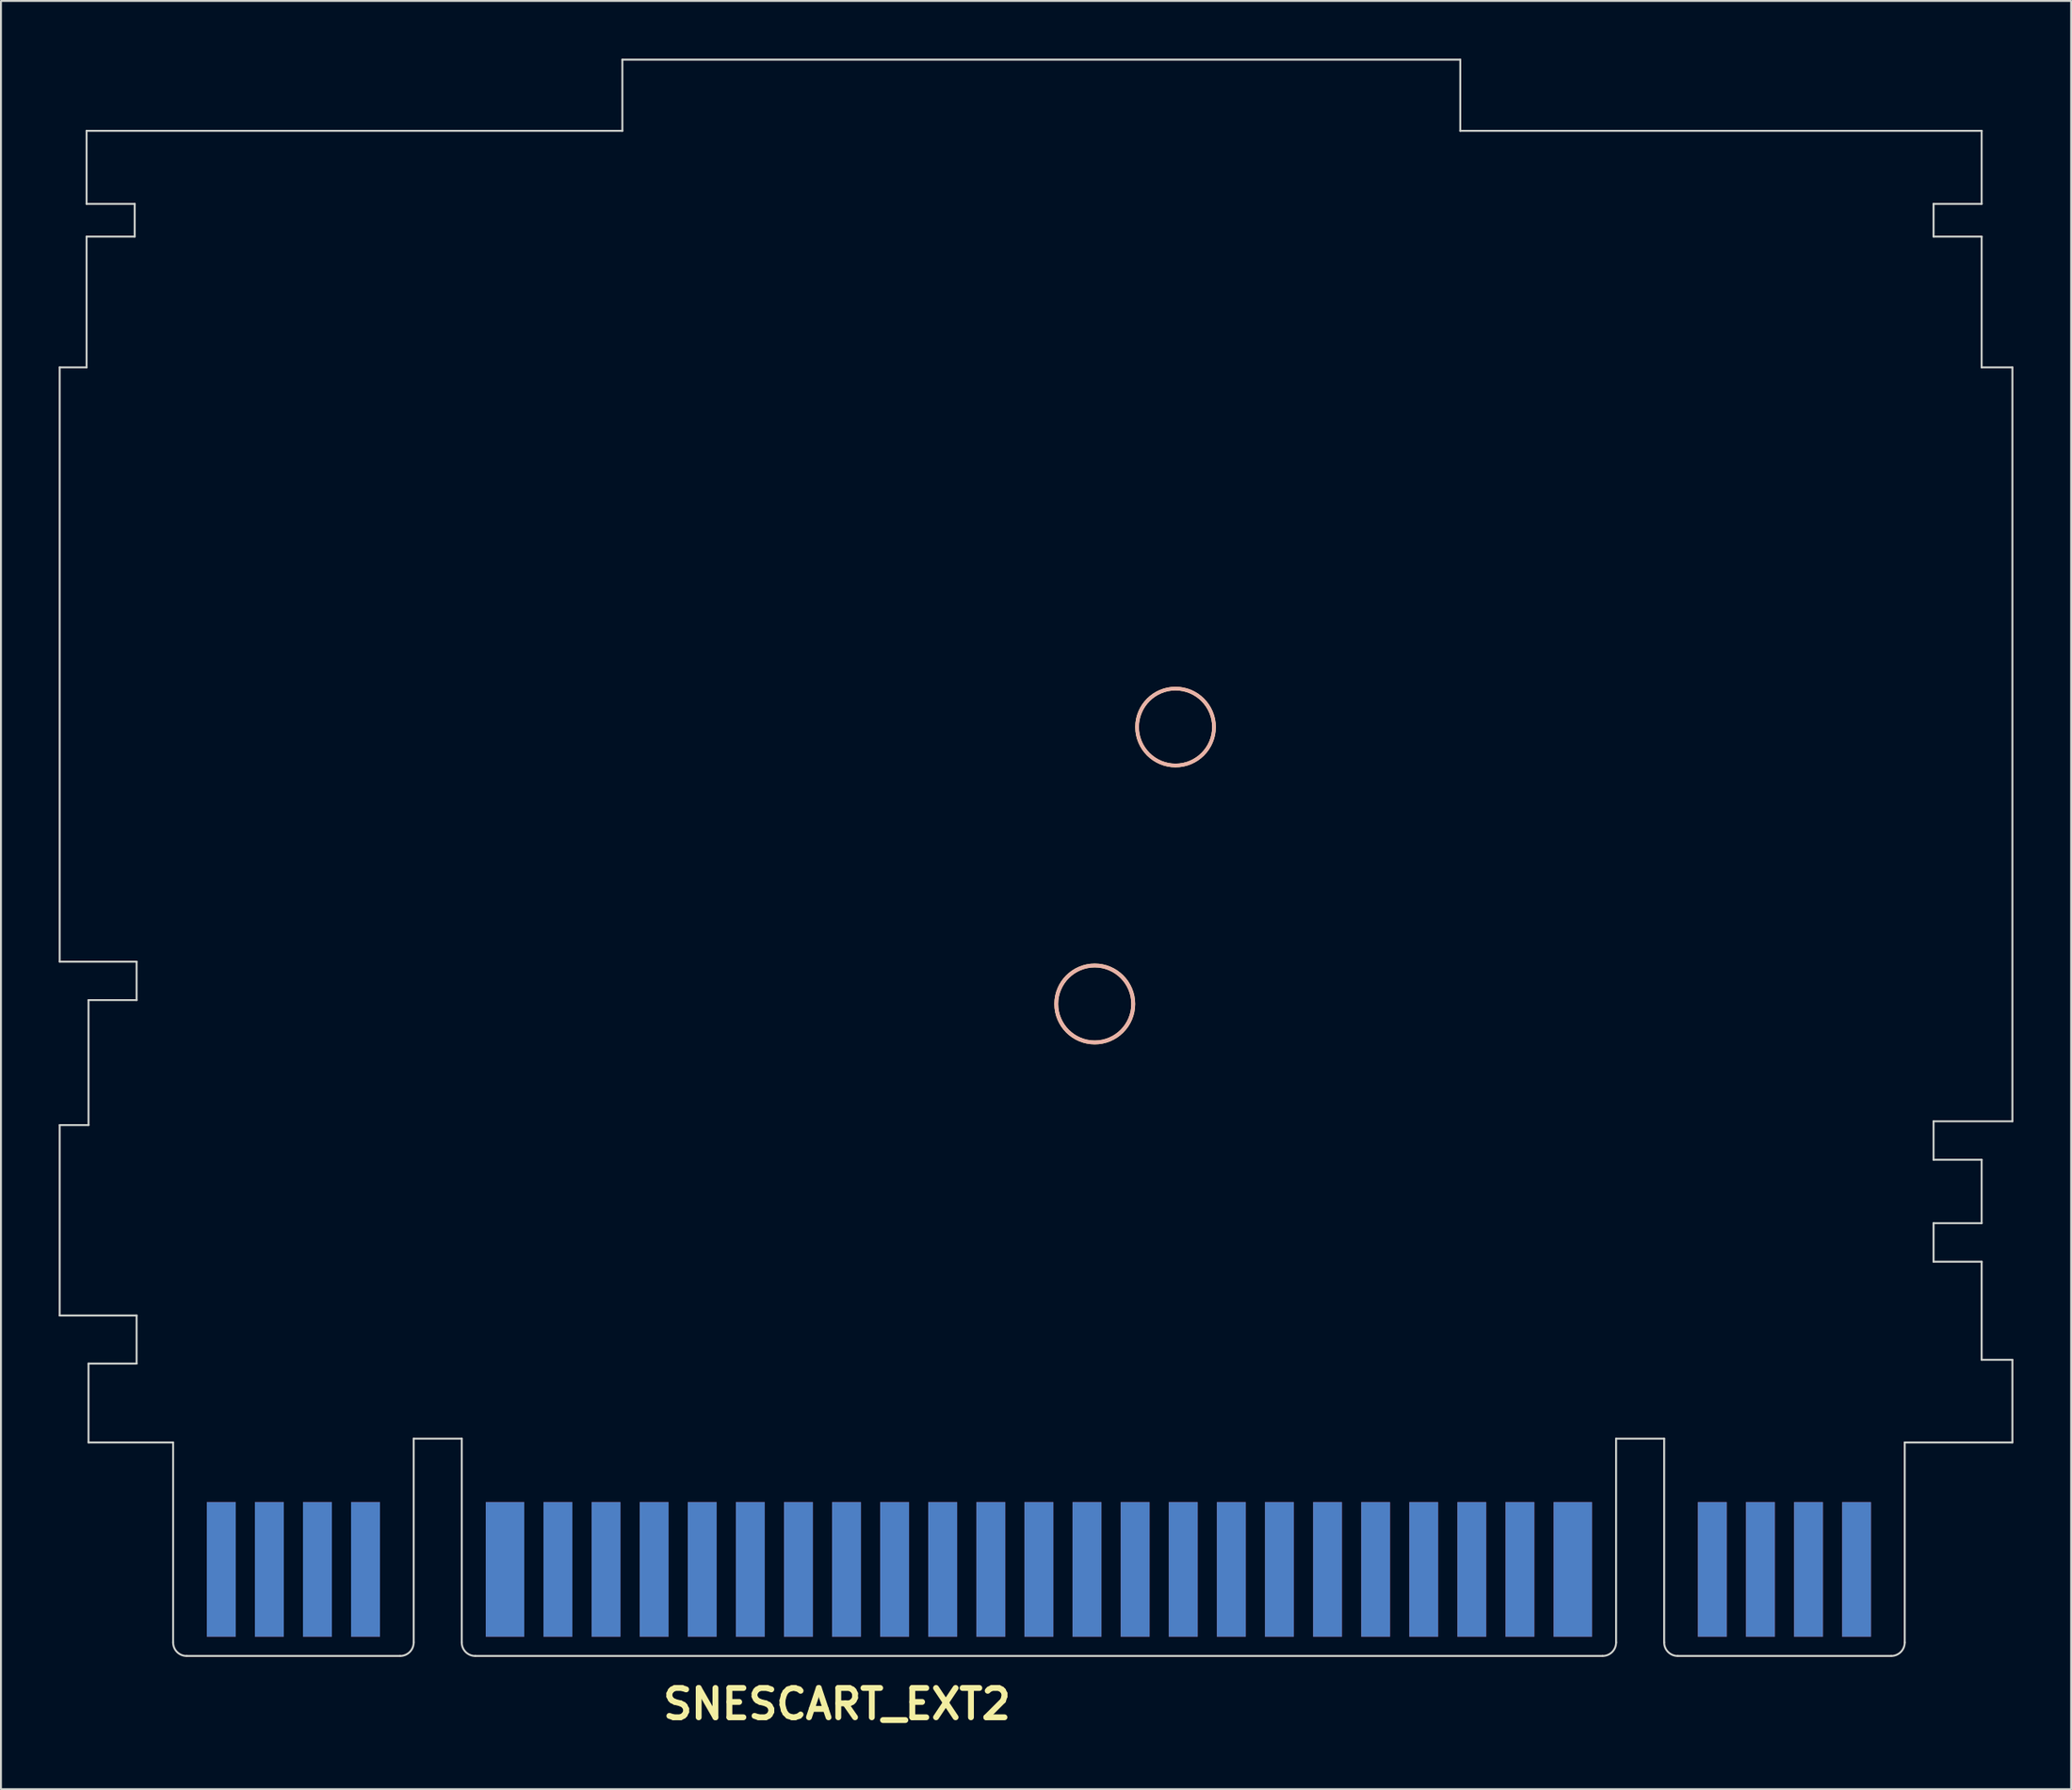
<source format=kicad_pcb>
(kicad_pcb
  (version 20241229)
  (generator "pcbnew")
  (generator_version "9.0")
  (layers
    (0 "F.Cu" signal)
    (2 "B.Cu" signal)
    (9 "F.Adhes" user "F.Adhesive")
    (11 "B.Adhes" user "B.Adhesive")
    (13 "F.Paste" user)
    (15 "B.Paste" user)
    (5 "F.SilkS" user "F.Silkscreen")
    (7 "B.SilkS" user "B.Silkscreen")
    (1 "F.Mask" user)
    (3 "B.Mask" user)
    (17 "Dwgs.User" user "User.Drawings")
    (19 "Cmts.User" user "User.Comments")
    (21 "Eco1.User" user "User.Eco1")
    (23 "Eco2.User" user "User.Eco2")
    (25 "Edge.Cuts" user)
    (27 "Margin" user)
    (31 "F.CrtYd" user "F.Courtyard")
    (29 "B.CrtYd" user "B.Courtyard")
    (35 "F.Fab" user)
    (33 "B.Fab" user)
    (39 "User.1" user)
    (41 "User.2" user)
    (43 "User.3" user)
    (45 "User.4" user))
  (footprint "SNESCART_EXT2"
    (layer "F.Cu")
    (at 50.95 78.052)
    (property "Reference" "SNESCART_EXT2" (at -10.5 7.501 0) (layer "F.SilkS") (effects (font (size 1.524 1.524) (thickness 0.305))))
    (attr through_hole)
    (fp_circle (center 2.901 -28.9) (end 4.9 -28.801) (stroke (width 0.201) (type solid)) (fill no) (layer "F.SilkS"))
    (fp_circle (center 7.099 -43.299) (end 9.098 -43.299) (stroke (width 0.191) (type solid)) (fill no) (layer "F.SilkS"))
    (fp_circle (center 2.901 -28.9) (end 4.9 -28.9) (stroke (width 0.201) (type solid)) (fill no) (layer "B.SilkS"))
    (fp_circle (center 7.102 -43.299) (end 9.101 -43.299) (stroke (width 0.191) (type solid)) (fill no) (layer "B.SilkS"))
    (fp_line (start -50.899 -61.999) (end -50.899 -31.1) (stroke (width 0.099) (type solid)) (layer "Edge.Cuts"))
    (fp_line (start -50.899 -22.601) (end -49.4 -22.601) (stroke (width 0.099) (type solid)) (layer "Edge.Cuts"))
    (fp_line (start -50.899 -12.7) (end -50.899 -22.601) (stroke (width 0.099) (type solid)) (layer "Edge.Cuts"))
    (fp_line (start -50.899 -12.7) (end -46.901 -12.7) (stroke (width 0.102) (type solid)) (layer "Edge.Cuts"))
    (fp_line (start -49.5 -74.3) (end -49.5 -70.5) (stroke (width 0.099) (type solid)) (layer "Edge.Cuts"))
    (fp_line (start -49.5 -74.3) (end -21.651 -74.3) (stroke (width 0.102) (type solid)) (layer "Edge.Cuts"))
    (fp_line (start -49.5 -70.5) (end -47 -70.5) (stroke (width 0.102) (type solid)) (layer "Edge.Cuts"))
    (fp_line (start -49.5 -68.801) (end -49.5 -61.999) (stroke (width 0.099) (type solid)) (layer "Edge.Cuts"))
    (fp_line (start -49.5 -61.999) (end -50.899 -61.999) (stroke (width 0.102) (type solid)) (layer "Edge.Cuts"))
    (fp_line (start -49.4 -29.101) (end -46.901 -29.101) (stroke (width 0.099) (type solid)) (layer "Edge.Cuts"))
    (fp_line (start -49.4 -22.601) (end -49.4 -29.101) (stroke (width 0.099) (type solid)) (layer "Edge.Cuts"))
    (fp_line (start -49.4 -6.101) (end -49.4 -10.201) (stroke (width 0.099) (type solid)) (layer "Edge.Cuts"))
    (fp_line (start -49.4 -6.101) (end -45.001 -6.101) (stroke (width 0.102) (type solid)) (layer "Edge.Cuts"))
    (fp_line (start -47 -70.5) (end -47 -68.801) (stroke (width 0.102) (type solid)) (layer "Edge.Cuts"))
    (fp_line (start -47 -68.801) (end -49.5 -68.801) (stroke (width 0.102) (type solid)) (layer "Edge.Cuts"))
    (fp_line (start -46.901 -31.1) (end -50.899 -31.1) (stroke (width 0.099) (type solid)) (layer "Edge.Cuts"))
    (fp_line (start -46.901 -29.101) (end -46.901 -31.1) (stroke (width 0.099) (type solid)) (layer "Edge.Cuts"))
    (fp_line (start -46.901 -10.201) (end -49.4 -10.201) (stroke (width 0.102) (type solid)) (layer "Edge.Cuts"))
    (fp_line (start -46.901 -10.201) (end -46.901 -12.7) (stroke (width 0.099) (type solid)) (layer "Edge.Cuts"))
    (fp_line (start -45.001 -6.101) (end -45.001 4.3) (stroke (width 0.099) (type solid)) (layer "Edge.Cuts"))
    (fp_line (start -33.2 5.001) (end -44.3 5.001) (stroke (width 0.102) (type solid)) (layer "Edge.Cuts"))
    (fp_line (start -32.499 -6.299) (end -32.499 4.3) (stroke (width 0.102) (type solid)) (layer "Edge.Cuts"))
    (fp_line (start -30 -6.299) (end -32.499 -6.299) (stroke (width 0.102) (type solid)) (layer "Edge.Cuts"))
    (fp_line (start -30 4.3) (end -30 -6.299) (stroke (width 0.102) (type solid)) (layer "Edge.Cuts"))
    (fp_line (start -29.299 5.001) (end 29.299 5.001) (stroke (width 0.102) (type solid)) (layer "Edge.Cuts"))
    (fp_line (start -21.651 -78.001) (end -21.651 -74.3) (stroke (width 0.099) (type solid)) (layer "Edge.Cuts"))
    (fp_line (start -21.651 -78.001) (end 21.9 -78.001) (stroke (width 0.102) (type solid)) (layer "Edge.Cuts"))
    (fp_line (start 21.9 -74.3) (end 21.9 -78.001) (stroke (width 0.099) (type solid)) (layer "Edge.Cuts"))
    (fp_line (start 21.9 -74.3) (end 48.999 -74.3) (stroke (width 0.102) (type solid)) (layer "Edge.Cuts"))
    (fp_line (start 30 -6.299) (end 32.499 -6.299) (stroke (width 0.102) (type solid)) (layer "Edge.Cuts"))
    (fp_line (start 30 4.3) (end 30 -6.299) (stroke (width 0.102) (type solid)) (layer "Edge.Cuts"))
    (fp_line (start 32.499 -6.299) (end 32.499 4.3) (stroke (width 0.102) (type solid)) (layer "Edge.Cuts"))
    (fp_line (start 33.2 5.001) (end 44.3 5.001) (stroke (width 0.102) (type solid)) (layer "Edge.Cuts"))
    (fp_line (start 45.001 -6.101) (end 45.001 4.3) (stroke (width 0.099) (type solid)) (layer "Edge.Cuts"))
    (fp_line (start 45.001 -6.101) (end 50.599 -6.101) (stroke (width 0.102) (type solid)) (layer "Edge.Cuts"))
    (fp_line (start 46.5 -70.5) (end 48.999 -70.5) (stroke (width 0.102) (type solid)) (layer "Edge.Cuts"))
    (fp_line (start 46.5 -68.801) (end 46.5 -70.5) (stroke (width 0.102) (type solid)) (layer "Edge.Cuts"))
    (fp_line (start 46.5 -22.799) (end 46.5 -20.8) (stroke (width 0.099) (type solid)) (layer "Edge.Cuts"))
    (fp_line (start 46.5 -20.8) (end 48.999 -20.8) (stroke (width 0.099) (type solid)) (layer "Edge.Cuts"))
    (fp_line (start 46.5 -17.501) (end 48.999 -17.501) (stroke (width 0.099) (type solid)) (layer "Edge.Cuts"))
    (fp_line (start 46.5 -15.499) (end 46.5 -17.501) (stroke (width 0.102) (type solid)) (layer "Edge.Cuts"))
    (fp_line (start 48.999 -74.3) (end 48.999 -70.5) (stroke (width 0.099) (type solid)) (layer "Edge.Cuts"))
    (fp_line (start 48.999 -68.801) (end 46.5 -68.801) (stroke (width 0.102) (type solid)) (layer "Edge.Cuts"))
    (fp_line (start 48.999 -68.801) (end 48.999 -61.999) (stroke (width 0.099) (type solid)) (layer "Edge.Cuts"))
    (fp_line (start 48.999 -61.999) (end 50.599 -61.999) (stroke (width 0.099) (type solid)) (layer "Edge.Cuts"))
    (fp_line (start 48.999 -20.8) (end 48.999 -17.501) (stroke (width 0.099) (type solid)) (layer "Edge.Cuts"))
    (fp_line (start 48.999 -15.499) (end 46.5 -15.499) (stroke (width 0.102) (type solid)) (layer "Edge.Cuts"))
    (fp_line (start 48.999 -10.399) (end 48.999 -15.499) (stroke (width 0.102) (type solid)) (layer "Edge.Cuts"))
    (fp_line (start 50.599 -61.999) (end 50.599 -22.799) (stroke (width 0.099) (type solid)) (layer "Edge.Cuts"))
    (fp_line (start 50.599 -22.799) (end 46.5 -22.799) (stroke (width 0.099) (type solid)) (layer "Edge.Cuts"))
    (fp_line (start 50.599 -10.399) (end 48.999 -10.399) (stroke (width 0.102) (type solid)) (layer "Edge.Cuts"))
    (fp_line (start 50.599 -10.399) (end 50.599 -6.101) (stroke (width 0.099) (type solid)) (layer "Edge.Cuts"))
    (fp_arc (start -44.30014 5.00126) (mid -44.79585 4.79593) (end -45.00118 4.30022) (stroke (width 0.09906) (type solid)) (layer "Edge.Cuts"))
    (fp_arc (start -32.4993 4.30022) (mid -32.70463 4.79593) (end -33.20034 5.00126) (stroke (width 0.09906) (type solid)) (layer "Edge.Cuts"))
    (fp_arc (start -29.2989 5.00126) (mid -29.79461 4.79593) (end -29.99994 4.30022) (stroke (width 0.09906) (type solid)) (layer "Edge.Cuts"))
    (fp_arc (start 29.99994 4.30022) (mid 29.79461 4.79593) (end 29.2989 5.00126) (stroke (width 0.09906) (type solid)) (layer "Edge.Cuts"))
    (fp_arc (start 33.20034 5.00126) (mid 32.70463 4.79593) (end 32.4993 4.30022) (stroke (width 0.09906) (type solid)) (layer "Edge.Cuts"))
    (fp_arc (start 45.00118 4.30022) (mid 44.79585 4.79593) (end 44.30014 5.00126) (stroke (width 0.09906) (type solid)) (layer "Edge.Cuts"))
    (pad "" connect rect (at -38.75 1.001) (size 12.499 8.001) (layers "*.Mask"))
    (pad "" connect rect (at -27.8 -9.7) (size 5.999 5.001) (layers "B.Mask"))
    (pad "" connect rect (at 0 1.001) (size 60 8.001) (layers "*.Mask"))
    (pad "" connect rect (at 36.401 -9.601) (size 5.799 5.999) (layers "B.Mask"))
    (pad "" connect rect (at 38.75 1.001) (size 12.499 8.001) (layers "*.Mask"))
    (pad "1" connect rect (at -42.499 0.5) (size 1.501 7) (layers "F.Cu"))
    (pad "2" connect rect (at -40 0.5) (size 1.501 7) (layers "F.Cu"))
    (pad "3" connect rect (at -37.501 0.5) (size 1.501 7) (layers "F.Cu"))
    (pad "4" connect rect (at -35.001 0.5) (size 1.501 7) (layers "F.Cu"))
    (pad "5" connect rect (at -27.75 0.5) (size 1.999 7) (layers "F.Cu"))
    (pad "6" connect rect (at -25.001 0.5) (size 1.501 7) (layers "F.Cu"))
    (pad "7" connect rect (at -22.499 0.5) (size 1.501 7) (layers "F.Cu"))
    (pad "8" connect rect (at -20 0.5) (size 1.501 7) (layers "F.Cu"))
    (pad "9" connect rect (at -17.501 0.5) (size 1.501 7) (layers "F.Cu"))
    (pad "10" connect rect (at -15.001 0.5) (size 1.501 7) (layers "F.Cu"))
    (pad "11" connect rect (at -12.499 0.5) (size 1.501 7) (layers "F.Cu"))
    (pad "12" connect rect (at -10 0.5) (size 1.501 7) (layers "F.Cu"))
    (pad "13" connect rect (at -7.501 0.5) (size 1.501 7) (layers "F.Cu"))
    (pad "14" connect rect (at -5.001 0.5) (size 1.501 7) (layers "F.Cu"))
    (pad "15" connect rect (at -2.499 0.5) (size 1.501 7) (layers "F.Cu"))
    (pad "16" connect rect (at 0 0.5) (size 1.501 7) (layers "F.Cu"))
    (pad "17" connect rect (at 2.499 0.5) (size 1.501 7) (layers "F.Cu"))
    (pad "18" connect rect (at 5.001 0.5) (size 1.501 7) (layers "F.Cu"))
    (pad "19" connect rect (at 7.501 0.5) (size 1.501 7) (layers "F.Cu"))
    (pad "20" connect rect (at 10 0.5) (size 1.501 7) (layers "F.Cu"))
    (pad "21" connect rect (at 12.499 0.5) (size 1.501 7) (layers "F.Cu"))
    (pad "22" connect rect (at 15.001 0.5) (size 1.501 7) (layers "F.Cu"))
    (pad "23" connect rect (at 17.501 0.5) (size 1.501 7) (layers "F.Cu"))
    (pad "24" connect rect (at 20 0.5) (size 1.501 7) (layers "F.Cu"))
    (pad "25" connect rect (at 22.499 0.5) (size 1.501 7) (layers "F.Cu"))
    (pad "26" connect rect (at 25.001 0.5) (size 1.501 7) (layers "F.Cu"))
    (pad "27" connect rect (at 27.75 0.5) (size 1.999 7) (layers "F.Cu"))
    (pad "28" connect rect (at 35.001 0.5) (size 1.501 7) (layers "F.Cu"))
    (pad "29" connect rect (at 37.501 0.5) (size 1.501 7) (layers "F.Cu"))
    (pad "30" connect rect (at 40 0.5) (size 1.501 7) (layers "F.Cu"))
    (pad "31" connect rect (at 42.499 0.5) (size 1.501 7) (layers "F.Cu"))
    (pad "32" connect rect (at -42.499 0.5) (size 1.501 7) (layers "B.Cu"))
    (pad "33" connect rect (at -40 0.5) (size 1.501 7) (layers "B.Cu"))
    (pad "34" connect rect (at -37.501 0.5) (size 1.501 7) (layers "B.Cu"))
    (pad "35" connect rect (at -35.001 0.5) (size 1.501 7) (layers "B.Cu"))
    (pad "36" connect rect (at -27.75 0.5) (size 1.999 7) (layers "B.Cu"))
    (pad "37" connect rect (at -25.001 0.5) (size 1.501 7) (layers "B.Cu"))
    (pad "38" connect rect (at -22.499 0.5) (size 1.501 7) (layers "B.Cu"))
    (pad "39" connect rect (at -20 0.5) (size 1.501 7) (layers "B.Cu"))
    (pad "40" connect rect (at -17.501 0.5) (size 1.501 7) (layers "B.Cu"))
    (pad "41" connect rect (at -15.001 0.5) (size 1.501 7) (layers "B.Cu"))
    (pad "42" connect rect (at -12.499 0.5) (size 1.501 7) (layers "B.Cu"))
    (pad "43" connect rect (at -10 0.5) (size 1.501 7) (layers "B.Cu"))
    (pad "44" connect rect (at -7.501 0.5) (size 1.501 7) (layers "B.Cu"))
    (pad "45" connect rect (at -5.001 0.5) (size 1.501 7) (layers "B.Cu"))
    (pad "46" connect rect (at -2.499 0.5) (size 1.501 7) (layers "B.Cu"))
    (pad "47" connect rect (at 0 0.5) (size 1.501 7) (layers "B.Cu"))
    (pad "48" connect rect (at 2.499 0.5) (size 1.501 7) (layers "B.Cu"))
    (pad "49" connect rect (at 5.001 0.5) (size 1.501 7) (layers "B.Cu"))
    (pad "50" connect rect (at 7.501 0.5) (size 1.501 7) (layers "B.Cu"))
    (pad "51" connect rect (at 10 0.5) (size 1.501 7) (layers "B.Cu"))
    (pad "52" connect rect (at 12.499 0.5) (size 1.501 7) (layers "B.Cu"))
    (pad "53" connect rect (at 15.001 0.5) (size 1.501 7) (layers "B.Cu"))
    (pad "54" connect rect (at 17.501 0.5) (size 1.501 7) (layers "B.Cu"))
    (pad "55" connect rect (at 20 0.5) (size 1.501 7) (layers "B.Cu"))
    (pad "56" connect rect (at 22.499 0.5) (size 1.501 7) (layers "B.Cu"))
    (pad "57" connect rect (at 25.001 0.5) (size 1.501 7) (layers "B.Cu"))
    (pad "58" connect rect (at 27.75 0.5) (size 1.999 7) (layers "B.Cu"))
    (pad "59" connect rect (at 35.001 0.5) (size 1.501 7) (layers "B.Cu"))
    (pad "60" connect rect (at 37.501 0.5) (size 1.501 7) (layers "B.Cu"))
    (pad "61" connect rect (at 40 0.5) (size 1.501 7) (layers "B.Cu"))
    (pad "62" connect rect (at 42.499 0.5) (size 1.501 7) (layers "B.Cu")))
  (gr_rect
    (start -3 -3)
    (end 104.6 89.979)
    (stroke (width 0.1) (type default))
    (fill no)
    (layer "Edge.Cuts")))
</source>
